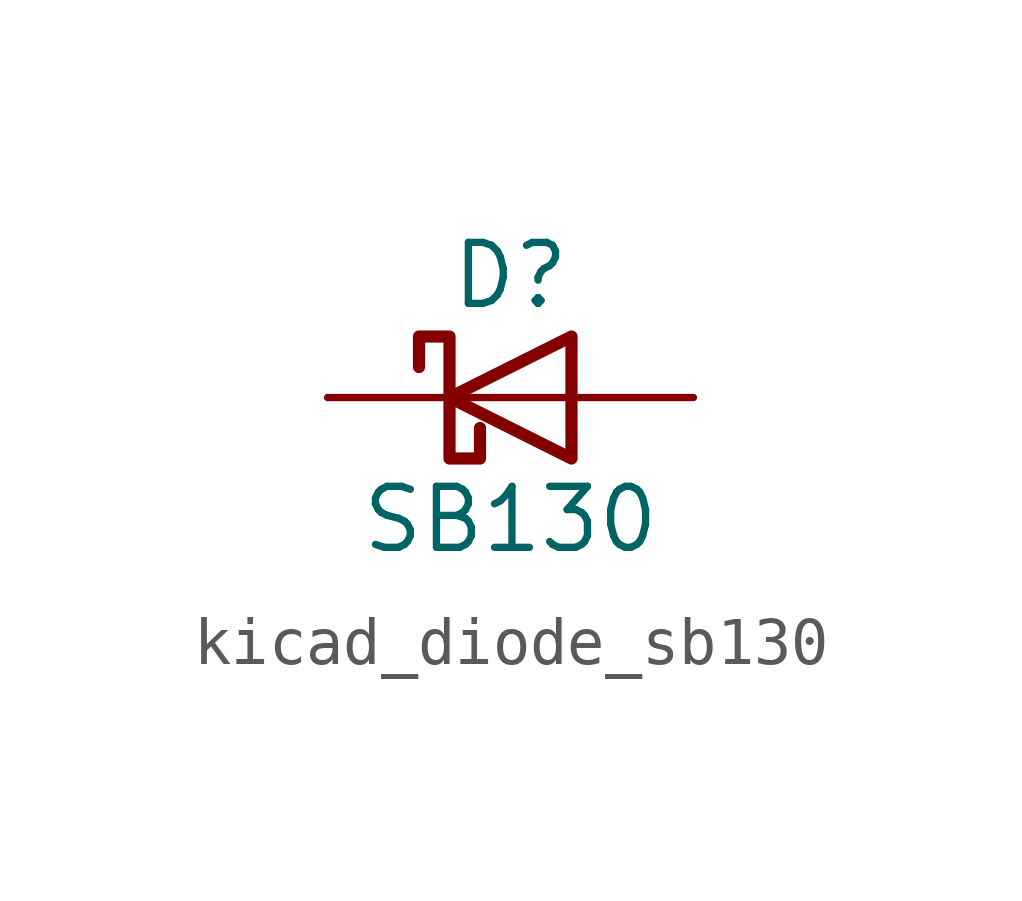
<source format=kicad_sym>
(kicad_symbol_lib
  (version 20220914)
  (generator kicad_symbol_editor)
  (symbol "kicad_diode_sb130"
    (pin_numbers hide)
    (pin_names
      (offset 1.016) hide)
    (property "Reference" "D"
      (at 0 2.54 0)
      (effects (font (size 1.27 1.27))))
    (property "Value" "SB130"
      (at 0 -2.54 0)
      (effects (font (size 1.27 1.27))))
    (symbol "kicad_diode_sb130_0_1"
      (polyline (pts (xy 1.27 0) (xy -1.27 0)) (stroke (width 0) (type default)) (fill (type none)))
      (polyline (pts (xy 1.27 1.27) (xy 1.27 -1.27) (xy -1.27 0) (xy 1.27 1.27)) (stroke (width 0.254) (type default)) (fill (type none)))
      (polyline (pts (xy -1.905 0.635) (xy -1.905 1.27) (xy -1.27 1.27) (xy -1.27 -1.27) (xy -0.635 -1.27) (xy -0.635 -0.635)) (stroke (width 0.254) (type default)) (fill (type none))))
    (symbol "kicad_diode_sb130_1_1"
      (pin passive line (at -3.81 0 0) (length 2.54) (name "K" (effects (font (size 1.27 1.27)))) (number "1" (effects (font (size 1.27 1.27)))))
      (pin passive line (at 3.81 0 180) (length 2.54) (name "A" (effects (font (size 1.27 1.27)))) (number "2" (effects (font (size 1.27 1.27))))))))
</source>
